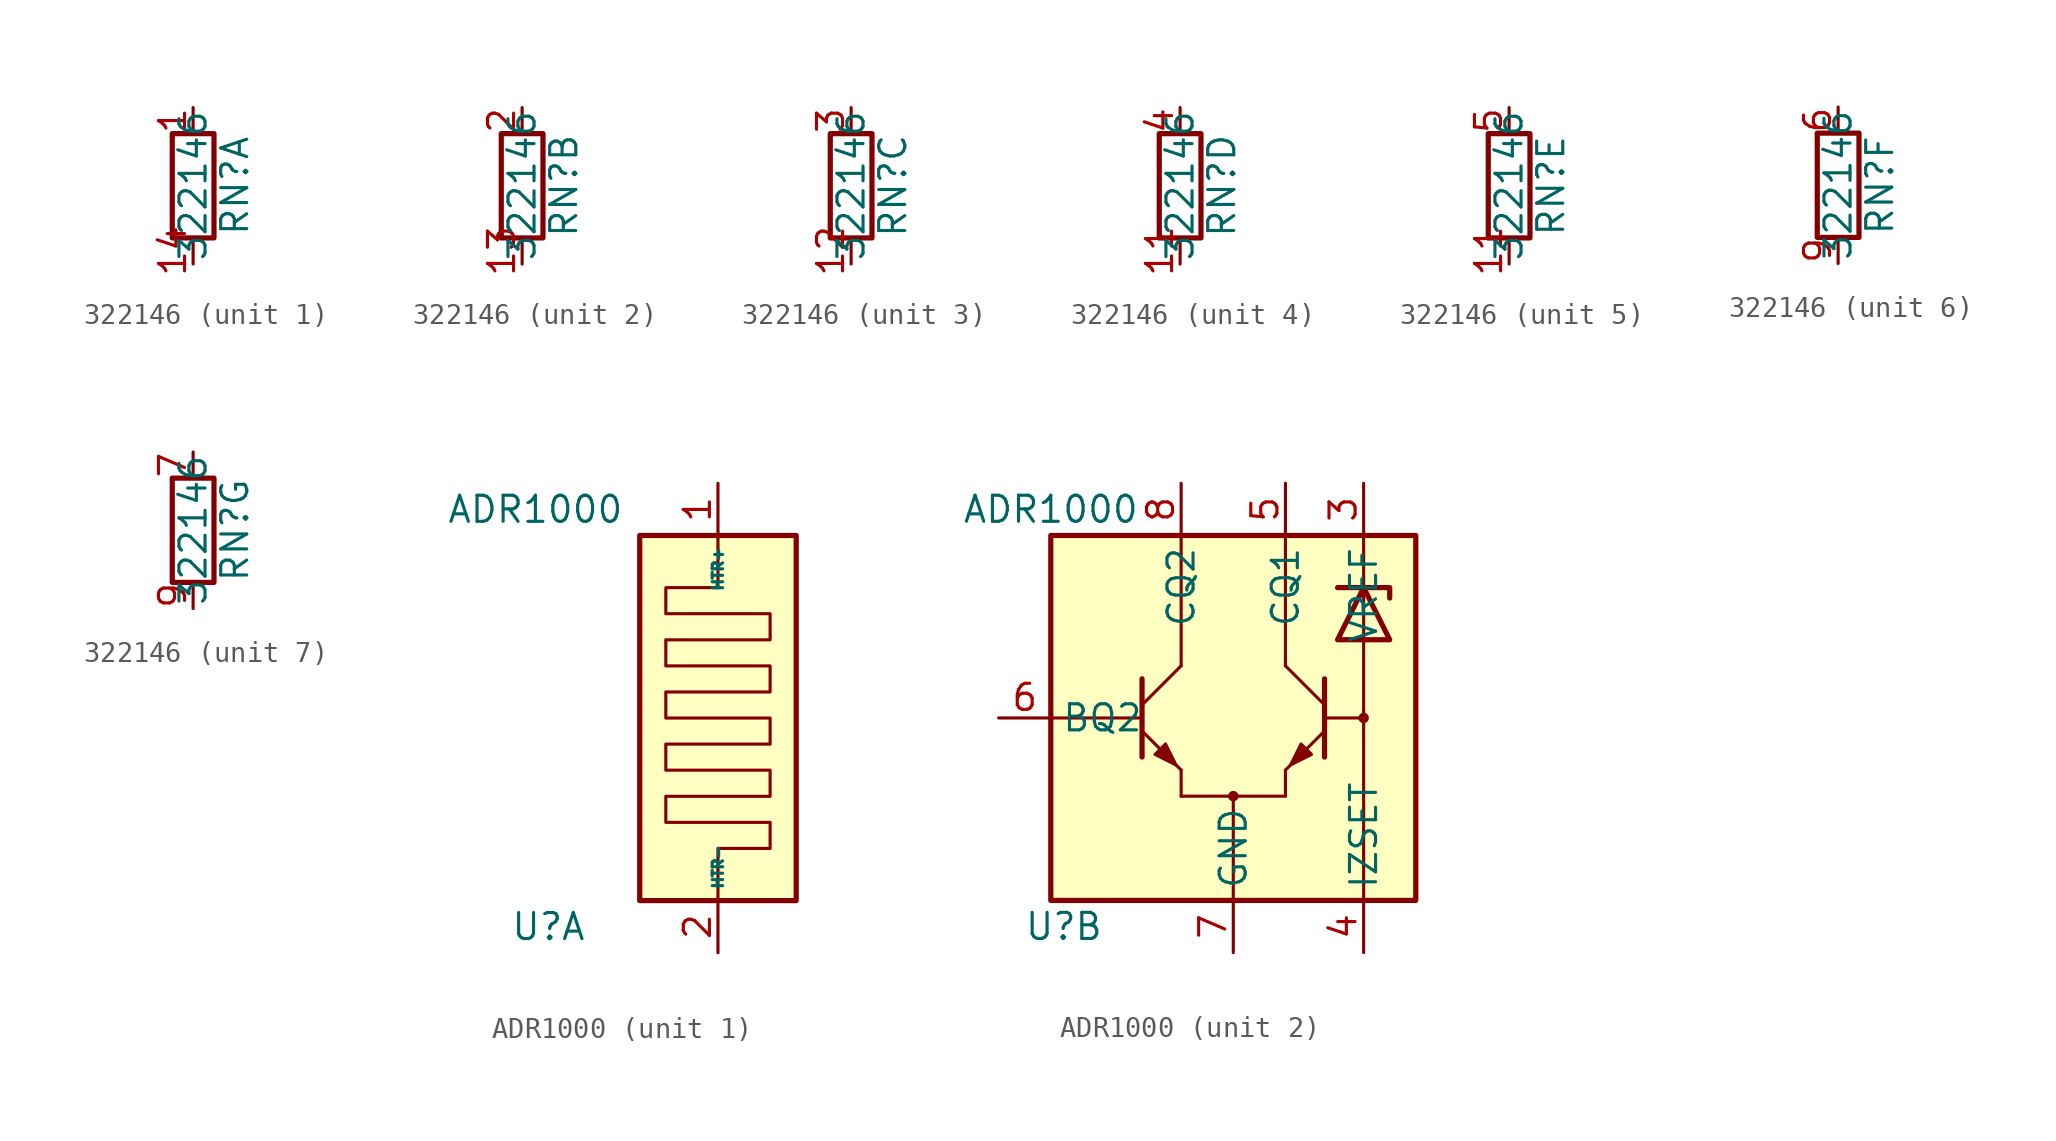
<source format=kicad_sym>
(kicad_symbol_lib
  (version 20211014)
  (generator kicad_symbol_editor)
  (symbol "322146"
    (pin_names
      (offset 0) hide)
    (property "Reference" "RN"
      (at 2.032 0 90)
      (effects (font (size 1.27 1.27))))
    (property "Value" "322146"
      (at 0 0 90)
      (effects (font (size 1.27 1.27))))
    (symbol "322146_0_1"
      (rectangle (start 1.016 2.54) (end -1.016 -2.54) (stroke (width 0.254) (type default) (color 0 0 0 0)) (fill (type none))))
    (symbol "322146_1_1"
      (pin passive line (at 0 3.81 270) (length 1.27) (name "R2.1" (effects (font (size 1.27 1.27)))) (number "1" (effects (font (size 1.27 1.27)))))
      (pin passive line (at 0 -3.81 90) (length 1.27) (name "R1.2" (effects (font (size 1.27 1.27)))) (number "14" (effects (font (size 1.27 1.27))))))
    (symbol "322146_2_1"
      (pin passive line (at 0 -3.81 90) (length 1.27) (name "R2.2" (effects (font (size 1.27 1.27)))) (number "13" (effects (font (size 1.27 1.27)))))
      (pin passive line (at 0 3.81 270) (length 1.27) (name "R2.1" (effects (font (size 1.27 1.27)))) (number "2" (effects (font (size 1.27 1.27))))))
    (symbol "322146_3_1"
      (pin passive line (at 0 -3.81 90) (length 1.27) (name "R3.2" (effects (font (size 1.27 1.27)))) (number "12" (effects (font (size 1.27 1.27)))))
      (pin passive line (at 0 3.81 270) (length 1.27) (name "R3.1" (effects (font (size 1.27 1.27)))) (number "3" (effects (font (size 1.27 1.27))))))
    (symbol "322146_4_1"
      (pin passive line (at 0 -3.81 90) (length 1.27) (name "R4.2" (effects (font (size 1.27 1.27)))) (number "11" (effects (font (size 1.27 1.27)))))
      (pin passive line (at 0 3.81 270) (length 1.27) (name "R4.1" (effects (font (size 1.27 1.27)))) (number "4" (effects (font (size 1.27 1.27))))))
    (symbol "322146_5_1"
      (pin passive line (at 0 -3.81 90) (length 1.27) (name "R5.2" (effects (font (size 1.27 1.27)))) (number "11" (effects (font (size 1.27 1.27)))))
      (pin passive line (at 0 3.81 270) (length 1.27) (name "R5.1" (effects (font (size 1.27 1.27)))) (number "5" (effects (font (size 1.27 1.27))))))
    (symbol "322146_6_1"
      (pin passive line (at 0 3.81 270) (length 1.27) (name "R6.1" (effects (font (size 1.27 1.27)))) (number "6" (effects (font (size 1.27 1.27)))))
      (pin passive line (at 0 -3.81 90) (length 1.27) (name "R6.2" (effects (font (size 1.27 1.27)))) (number "9" (effects (font (size 1.27 1.27))))))
    (symbol "322146_7_1"
      (pin passive line (at 0 3.81 270) (length 1.27) (name "R7.1" (effects (font (size 1.27 1.27)))) (number "7" (effects (font (size 1.27 1.27)))))
      (pin passive line (at 0 -3.81 90) (length 1.27) (name "R7.2" (effects (font (size 1.27 1.27)))) (number "9" (effects (font (size 1.27 1.27)))))))
  (symbol "ADR1000"
    (property "Reference" "U"
      (at -8.255 -10.16 0)
      (effects (font (size 1.27 1.27))))
    (property "Value" "ADR1000"
      (at -8.89 10.16 0)
      (effects (font (size 1.27 1.27))))
    (property "ki_locked" ""
      (at 0 0 0)
      (effects (font (size 1.27 1.27))))
    (symbol "ADR1000_1_1"
      (rectangle (start -3.81 8.89) (end 3.81 -8.89) (stroke (width 0.254) (type default) (color 0 0 0 0)) (fill (type background)))
      (polyline (pts (xy 0 8.89) (xy 0 6.35) (xy -2.54 6.35) (xy -2.54 5.08) (xy 2.54 5.08) (xy 2.54 3.81) (xy -2.54 3.81) (xy -2.54 2.54) (xy 2.54 2.54) (xy 2.54 1.27) (xy -2.54 1.27) (xy -2.54 0) (xy 2.54 0) (xy 2.54 -1.27) (xy -2.54 -1.27) (xy -2.54 -2.54) (xy 2.54 -2.54) (xy 2.54 -3.81) (xy -2.54 -3.81) (xy -2.54 -5.08) (xy 2.54 -5.08) (xy 2.54 -6.35) (xy 0 -6.35) (xy 0 -8.89)) (stroke (width 0) (type default) (color 0 0 0 0)) (fill (type none)))
      (pin passive line (at 0 11.43 270) (length 2.54) (name "HTR+" (effects (font (size 0.508 0.508)))) (number "1" (effects (font (size 1.27 1.27)))))
      (pin passive line (at 0 -11.43 90) (length 2.54) (name "HTR-" (effects (font (size 0.508 0.508)))) (number "2" (effects (font (size 1.27 1.27))))))
    (symbol "ADR1000_2_1"
      (rectangle (start -8.89 8.89) (end 8.89 -8.89) (stroke (width 0.254) (type default) (color 0 0 0 0)) (fill (type background)))
      (circle (center 0 -3.81) (radius 0.0001) (stroke (width 0.508) (type default) (color 0 0 0 0)) (fill (type outline)))
      (polyline (pts (xy -8.89 0) (xy -4.445 0)) (stroke (width 0) (type default) (color 0 0 0 0)) (fill (type none)))
      (polyline (pts (xy -4.445 0.635) (xy -2.54 2.54)) (stroke (width 0) (type default) (color 0 0 0 0)) (fill (type none)))
      (polyline (pts (xy -2.54 -3.81) (xy 2.54 -3.81)) (stroke (width 0) (type default) (color 0 0 0 0)) (fill (type none)))
      (polyline (pts (xy -2.54 -2.54) (xy -2.54 -3.81)) (stroke (width 0) (type default) (color 0 0 0 0)) (fill (type none)))
      (polyline (pts (xy -2.54 8.89) (xy -2.54 2.54)) (stroke (width 0) (type default) (color 0 0 0 0)) (fill (type none)))
      (polyline (pts (xy 0 -8.89) (xy 0 -3.81)) (stroke (width 0) (type default) (color 0 0 0 0)) (fill (type none)))
      (polyline (pts (xy 2.54 -3.81) (xy 2.54 -2.54)) (stroke (width 0) (type default) (color 0 0 0 0)) (fill (type none)))
      (polyline (pts (xy 2.54 2.54) (xy 2.54 8.89)) (stroke (width 0) (type default) (color 0 0 0 0)) (fill (type none)))
      (polyline (pts (xy 4.445 0.635) (xy 2.54 2.54)) (stroke (width 0) (type default) (color 0 0 0 0)) (fill (type none)))
      (polyline (pts (xy 6.35 0) (xy 4.445 0)) (stroke (width 0) (type default) (color 0 0 0 0)) (fill (type none)))
      (polyline (pts (xy 6.35 8.89) (xy 6.35 -8.89)) (stroke (width 0) (type default) (color 0 0 0 0)) (fill (type none)))
      (polyline (pts (xy -4.445 -0.635) (xy -2.54 -2.54) (xy -2.54 -2.54)) (stroke (width 0) (type default) (color 0 0 0 0)) (fill (type none)))
      (polyline (pts (xy -4.445 1.905) (xy -4.445 -1.905) (xy -4.445 -1.905)) (stroke (width 0.254) (type default) (color 0 0 0 0)) (fill (type none)))
      (polyline (pts (xy 4.445 -0.635) (xy 2.54 -2.54) (xy 2.54 -2.54)) (stroke (width 0) (type default) (color 0 0 0 0)) (fill (type none)))
      (polyline (pts (xy 4.445 1.905) (xy 4.445 -1.905) (xy 4.445 -1.905)) (stroke (width 0.254) (type default) (color 0 0 0 0)) (fill (type none)))
      (polyline (pts (xy 5.08 6.35) (xy 7.62 6.35) (xy 7.62 5.842)) (stroke (width 0.254) (type default) (color 0 0 0 0)) (fill (type none)))
      (polyline (pts (xy 5.08 3.81) (xy 7.62 3.81) (xy 6.35 6.35) (xy 5.08 3.81)) (stroke (width 0.254) (type default) (color 0 0 0 0)) (fill (type none)))
      (polyline (pts (xy -3.81 -1.778) (xy -3.302 -1.27) (xy -2.794 -2.286) (xy -3.81 -1.778) (xy -3.81 -1.778)) (stroke (width 0) (type default) (color 0 0 0 0)) (fill (type outline)))
      (polyline (pts (xy 3.81 -1.778) (xy 3.302 -1.27) (xy 2.794 -2.286) (xy 3.81 -1.778) (xy 3.81 -1.778)) (stroke (width 0) (type default) (color 0 0 0 0)) (fill (type outline)))
      (circle (center 6.35 0) (radius 0.0001) (stroke (width 0.508) (type default) (color 0 0 0 0)) (fill (type outline)))
      (pin passive line (at 6.35 11.43 270) (length 2.54) (name "VREF" (effects (font (size 1.27 1.27)))) (number "3" (effects (font (size 1.27 1.27)))))
      (pin passive line (at 6.35 -11.43 90) (length 2.54) (name "IZSET" (effects (font (size 1.27 1.27)))) (number "4" (effects (font (size 1.27 1.27)))))
      (pin passive line (at 2.54 11.43 270) (length 2.54) (name "CQ1" (effects (font (size 1.27 1.27)))) (number "5" (effects (font (size 1.27 1.27)))))
      (pin passive line (at -11.43 0 0) (length 2.54) (name "BQ2" (effects (font (size 1.27 1.27)))) (number "6" (effects (font (size 1.27 1.27)))))
      (pin passive line (at 0 -11.43 90) (length 2.54) (name "GND" (effects (font (size 1.27 1.27)))) (number "7" (effects (font (size 1.27 1.27)))))
      (pin passive line (at -2.54 11.43 270) (length 2.54) (name "CQ2" (effects (font (size 1.27 1.27)))) (number "8" (effects (font (size 1.27 1.27))))))))
</source>
